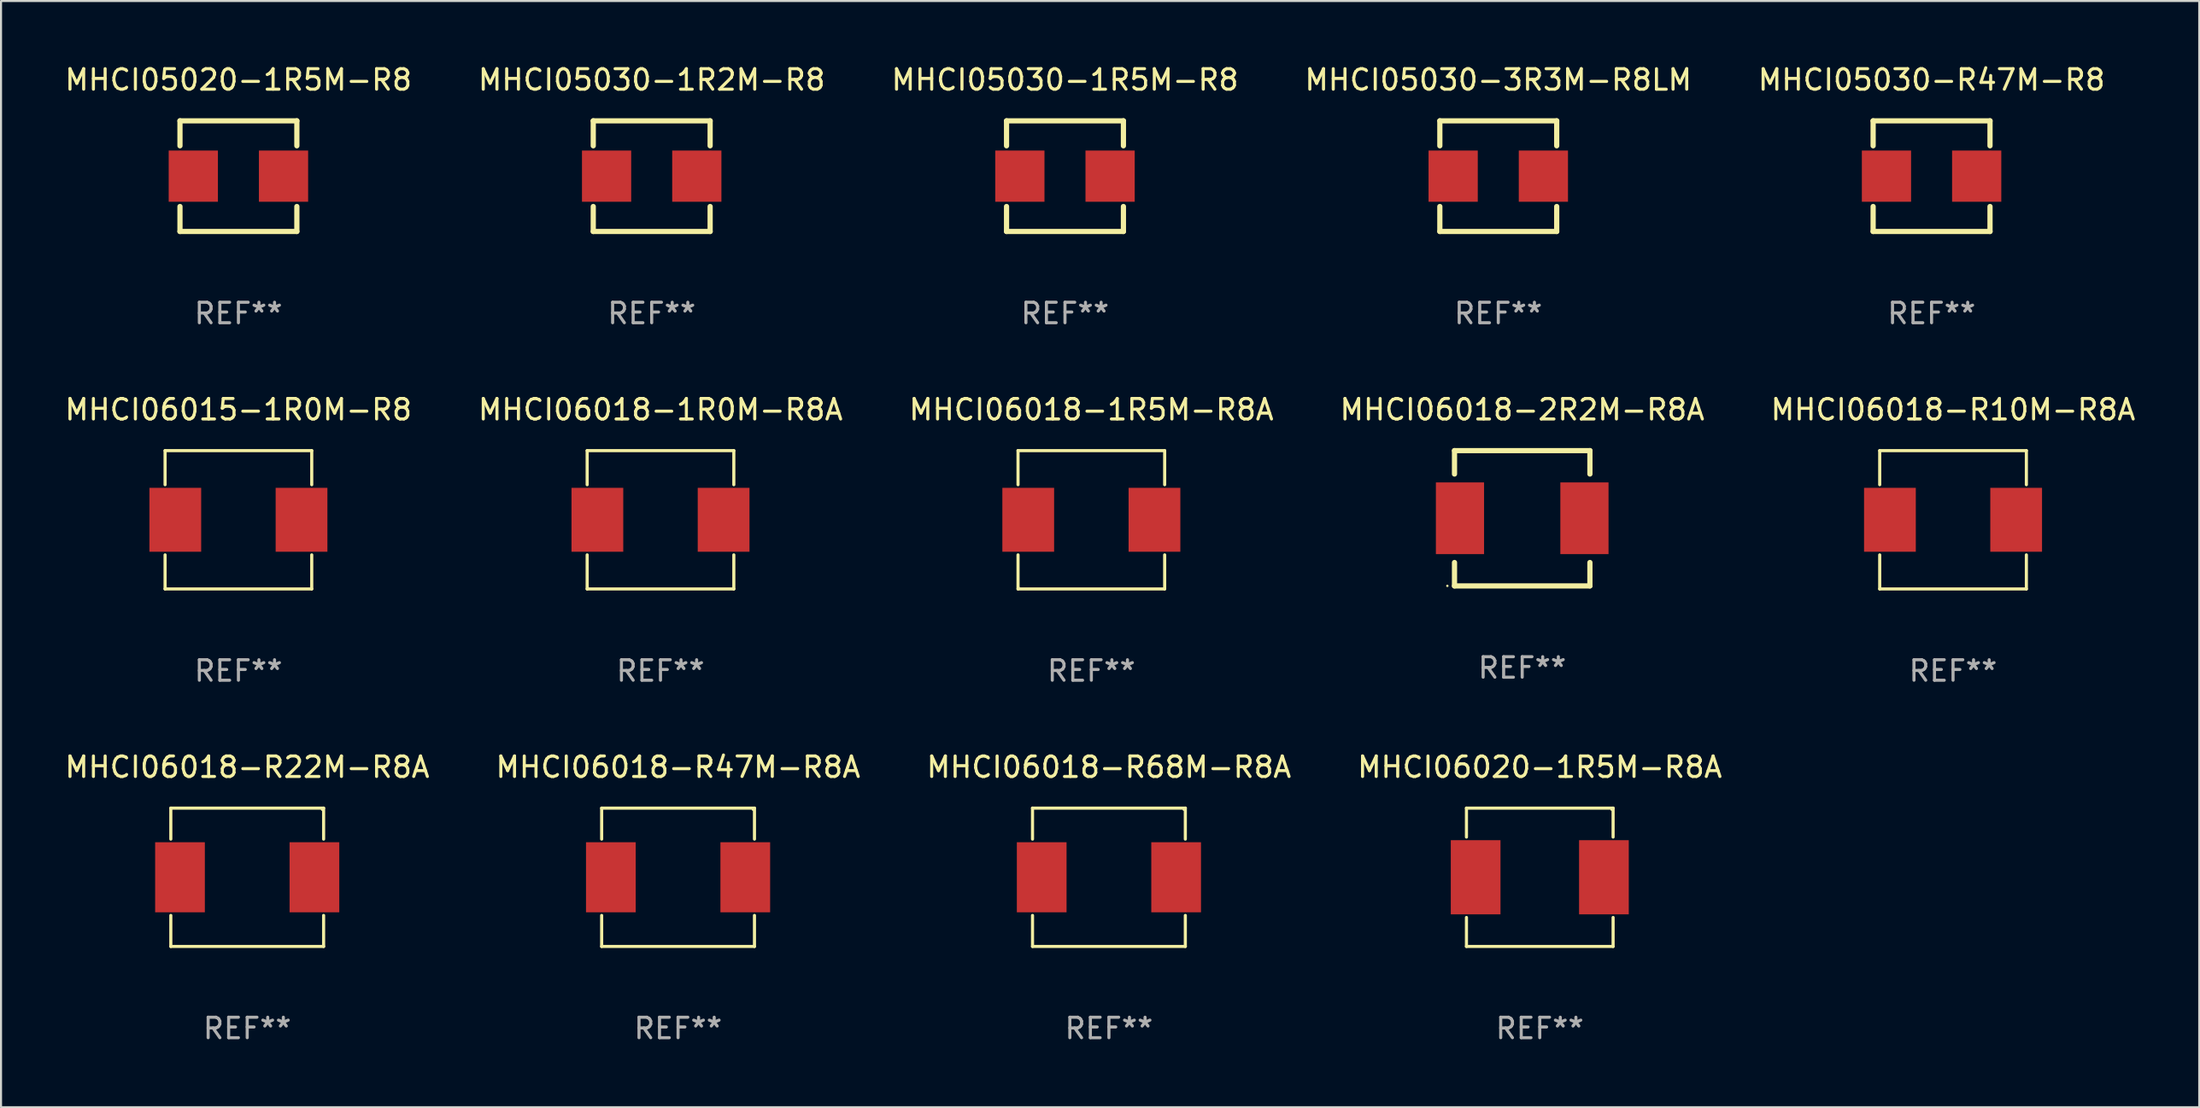
<source format=kicad_pcb>
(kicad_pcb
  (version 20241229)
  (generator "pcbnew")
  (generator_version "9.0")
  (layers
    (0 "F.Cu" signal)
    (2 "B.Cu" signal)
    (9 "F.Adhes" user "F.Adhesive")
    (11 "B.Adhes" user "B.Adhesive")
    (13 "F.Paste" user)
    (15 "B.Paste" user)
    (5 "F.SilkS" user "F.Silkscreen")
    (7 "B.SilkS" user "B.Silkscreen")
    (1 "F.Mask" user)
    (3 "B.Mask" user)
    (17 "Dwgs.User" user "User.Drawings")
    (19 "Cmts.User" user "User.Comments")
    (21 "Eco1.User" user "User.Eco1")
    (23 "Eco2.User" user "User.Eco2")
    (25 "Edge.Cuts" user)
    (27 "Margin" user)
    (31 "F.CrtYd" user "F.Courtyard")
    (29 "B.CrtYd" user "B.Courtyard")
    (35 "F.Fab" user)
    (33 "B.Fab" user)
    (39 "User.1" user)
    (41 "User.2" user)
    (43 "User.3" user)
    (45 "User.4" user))
  (footprint "MHCI05030-1R2M-R8"
    (layer "F.Cu")
    (at 28.732 5.548)
    (property "Reference" "MHCI05030-1R2M-R8" (at 0 -4.7 0) (layer "F.SilkS") (effects (font (size 1 1) (thickness 0.15))))
    (attr through_hole)
    (fp_line (start -2.85 -2.7) (end 2.85 -2.7) (stroke (width 0.254) (type solid)) (layer "F.SilkS"))
    (fp_line (start -2.85 -1.481) (end -2.85 -2.7) (stroke (width 0.254) (type solid)) (layer "F.SilkS"))
    (fp_line (start -2.85 2.7) (end -2.85 1.481) (stroke (width 0.254) (type solid)) (layer "F.SilkS"))
    (fp_line (start 2.85 -1.481) (end 2.85 -2.7) (stroke (width 0.254) (type solid)) (layer "F.SilkS"))
    (fp_line (start 2.85 2.7) (end -2.85 2.7) (stroke (width 0.254) (type solid)) (layer "F.SilkS"))
    (fp_line (start 2.85 2.7) (end 2.85 1.481) (stroke (width 0.254) (type solid)) (layer "F.SilkS"))
    (fp_circle (center -2.85 2.7) (end -2.82 2.7) (stroke (width 0.06) (type solid)) (fill no) (layer "F.SilkS"))
    (fp_text user "REF**" (at 0 6.7 0) (layer "F.Fab") (effects (font (size 1 1) (thickness 0.15))))
    (pad "1" smd rect (at -2.2 0 270) (size 2.5 2.4) (layers "F.Cu" "F.Mask" "F.Paste"))
    (pad "2" smd rect (at 2.2 0 270) (size 2.5 2.4) (layers "F.Cu" "F.Mask" "F.Paste")))
  (footprint "MHCI06018-R68M-R8A"
    (layer "F.Cu")
    (at 51.03 39.77)
    (property "Reference" "MHCI06018-R68M-R8A" (at 0 -5.376 0) (layer "F.SilkS") (effects (font (size 1 1) (thickness 0.15))))
    (attr through_hole)
    (fp_line (start -3.726 -3.376) (end 3.726 -3.376) (stroke (width 0.152) (type solid)) (layer "F.SilkS"))
    (fp_line (start -3.726 -1.862) (end -3.726 -3.376) (stroke (width 0.152) (type solid)) (layer "F.SilkS"))
    (fp_line (start -3.726 1.862) (end -3.726 3.376) (stroke (width 0.152) (type solid)) (layer "F.SilkS"))
    (fp_line (start -3.726 3.376) (end 3.726 3.376) (stroke (width 0.152) (type solid)) (layer "F.SilkS"))
    (fp_line (start 3.726 -3.376) (end 3.726 -1.862) (stroke (width 0.152) (type solid)) (layer "F.SilkS"))
    (fp_line (start 3.726 3.376) (end 3.726 1.862) (stroke (width 0.152) (type solid)) (layer "F.SilkS"))
    (fp_circle (center 3.65 -3.3) (end 3.68 -3.3) (stroke (width 0.06) (type solid)) (fill no) (layer "F.SilkS"))
    (fp_text user "REF**" (at 0 7.376 0) (layer "F.Fab") (effects (font (size 1 1) (thickness 0.15))))
    (pad "1" smd rect (at 3.278 0) (size 2.424 3.42) (layers "F.Cu" "F.Mask" "F.Paste"))
    (pad "2" smd rect (at -3.278 0) (size 2.424 3.42) (layers "F.Cu" "F.Mask" "F.Paste")))
  (footprint "MHCI05020-1R5M-R8"
    (layer "F.Cu")
    (at 8.577 5.548)
    (property "Reference" "MHCI05020-1R5M-R8" (at 0 -4.7 0) (layer "F.SilkS") (effects (font (size 1 1) (thickness 0.15))))
    (attr through_hole)
    (fp_line (start -2.85 -2.7) (end 2.85 -2.7) (stroke (width 0.254) (type solid)) (layer "F.SilkS"))
    (fp_line (start -2.85 -1.481) (end -2.85 -2.7) (stroke (width 0.254) (type solid)) (layer "F.SilkS"))
    (fp_line (start -2.85 2.7) (end -2.85 1.481) (stroke (width 0.254) (type solid)) (layer "F.SilkS"))
    (fp_line (start 2.85 -1.481) (end 2.85 -2.7) (stroke (width 0.254) (type solid)) (layer "F.SilkS"))
    (fp_line (start 2.85 2.7) (end -2.85 2.7) (stroke (width 0.254) (type solid)) (layer "F.SilkS"))
    (fp_line (start 2.85 2.7) (end 2.85 1.481) (stroke (width 0.254) (type solid)) (layer "F.SilkS"))
    (fp_circle (center -2.85 2.7) (end -2.82 2.7) (stroke (width 0.06) (type solid)) (fill no) (layer "F.SilkS"))
    (fp_text user "REF**" (at 0 6.7 0) (layer "F.Fab") (effects (font (size 1 1) (thickness 0.15))))
    (pad "1" smd rect (at -2.2 0 270) (size 2.5 2.4) (layers "F.Cu" "F.Mask" "F.Paste"))
    (pad "2" smd rect (at 2.2 0 270) (size 2.5 2.4) (layers "F.Cu" "F.Mask" "F.Paste")))
  (footprint "MHCI06018-1R5M-R8A"
    (layer "F.Cu")
    (at 50.173 22.321)
    (property "Reference" "MHCI06018-1R5M-R8A" (at 0 -5.376 0) (layer "F.SilkS") (effects (font (size 1 1) (thickness 0.15))))
    (attr through_hole)
    (fp_line (start -3.576 -3.376) (end 3.576 -3.376) (stroke (width 0.152) (type solid)) (layer "F.SilkS"))
    (fp_line (start -3.576 -1.712) (end -3.576 -3.376) (stroke (width 0.152) (type solid)) (layer "F.SilkS"))
    (fp_line (start -3.576 1.712) (end -3.576 3.376) (stroke (width 0.152) (type solid)) (layer "F.SilkS"))
    (fp_line (start -3.576 3.376) (end 3.576 3.376) (stroke (width 0.152) (type solid)) (layer "F.SilkS"))
    (fp_line (start 3.576 -3.376) (end 3.576 -1.712) (stroke (width 0.152) (type solid)) (layer "F.SilkS"))
    (fp_line (start 3.576 3.376) (end 3.576 1.712) (stroke (width 0.152) (type solid)) (layer "F.SilkS"))
    (fp_circle (center -3.552 3.307) (end -3.522 3.307) (stroke (width 0.06) (type solid)) (fill no) (layer "F.SilkS"))
    (fp_text user "REF**" (at 0 7.376 0) (layer "F.Fab") (effects (font (size 1 1) (thickness 0.15))))
    (pad "1" smd rect (at -3.078 0) (size 2.524 3.12) (layers "F.Cu" "F.Mask" "F.Paste"))
    (pad "2" smd rect (at 3.078 0) (size 2.524 3.12) (layers "F.Cu" "F.Mask" "F.Paste")))
  (footprint "MHCI06018-R47M-R8A"
    (layer "F.Cu")
    (at 30.018 39.77)
    (property "Reference" "MHCI06018-R47M-R8A" (at 0 -5.376 0) (layer "F.SilkS") (effects (font (size 1 1) (thickness 0.15))))
    (attr through_hole)
    (fp_line (start -3.726 -3.376) (end 3.726 -3.376) (stroke (width 0.152) (type solid)) (layer "F.SilkS"))
    (fp_line (start -3.726 -1.862) (end -3.726 -3.376) (stroke (width 0.152) (type solid)) (layer "F.SilkS"))
    (fp_line (start -3.726 1.862) (end -3.726 3.376) (stroke (width 0.152) (type solid)) (layer "F.SilkS"))
    (fp_line (start -3.726 3.376) (end 3.726 3.376) (stroke (width 0.152) (type solid)) (layer "F.SilkS"))
    (fp_line (start 3.726 -3.376) (end 3.726 -1.862) (stroke (width 0.152) (type solid)) (layer "F.SilkS"))
    (fp_line (start 3.726 3.376) (end 3.726 1.862) (stroke (width 0.152) (type solid)) (layer "F.SilkS"))
    (fp_circle (center 3.65 -3.3) (end 3.68 -3.3) (stroke (width 0.06) (type solid)) (fill no) (layer "F.SilkS"))
    (fp_text user "REF**" (at 0 7.376 0) (layer "F.Fab") (effects (font (size 1 1) (thickness 0.15))))
    (pad "1" smd rect (at 3.278 0) (size 2.424 3.42) (layers "F.Cu" "F.Mask" "F.Paste"))
    (pad "2" smd rect (at -3.278 0) (size 2.424 3.42) (layers "F.Cu" "F.Mask" "F.Paste")))
  (footprint "MHCI06018-R10M-R8A"
    (layer "F.Cu")
    (at 92.196 22.321)
    (property "Reference" "MHCI06018-R10M-R8A" (at 0 -5.376 0) (layer "F.SilkS") (effects (font (size 1 1) (thickness 0.15))))
    (attr through_hole)
    (fp_line (start -3.576 -3.376) (end 3.576 -3.376) (stroke (width 0.152) (type solid)) (layer "F.SilkS"))
    (fp_line (start -3.576 -1.712) (end -3.576 -3.376) (stroke (width 0.152) (type solid)) (layer "F.SilkS"))
    (fp_line (start -3.576 1.712) (end -3.576 3.376) (stroke (width 0.152) (type solid)) (layer "F.SilkS"))
    (fp_line (start -3.576 3.376) (end 3.576 3.376) (stroke (width 0.152) (type solid)) (layer "F.SilkS"))
    (fp_line (start 3.576 -3.376) (end 3.576 -1.712) (stroke (width 0.152) (type solid)) (layer "F.SilkS"))
    (fp_line (start 3.576 3.376) (end 3.576 1.712) (stroke (width 0.152) (type solid)) (layer "F.SilkS"))
    (fp_circle (center -3.552 3.307) (end -3.522 3.307) (stroke (width 0.06) (type solid)) (fill no) (layer "F.SilkS"))
    (fp_text user "REF**" (at 0 7.376 0) (layer "F.Fab") (effects (font (size 1 1) (thickness 0.15))))
    (pad "1" smd rect (at -3.078 0) (size 2.524 3.12) (layers "F.Cu" "F.Mask" "F.Paste"))
    (pad "2" smd rect (at 3.078 0) (size 2.524 3.12) (layers "F.Cu" "F.Mask" "F.Paste")))
  (footprint "MHCI06020-1R5M-R8A"
    (layer "F.Cu")
    (at 72.042 39.77)
    (property "Reference" "MHCI06020-1R5M-R8A" (at 0 -5.376 0) (layer "F.SilkS") (effects (font (size 1 1) (thickness 0.15))))
    (attr through_hole)
    (fp_line (start -3.576 -3.376) (end 3.576 -3.376) (stroke (width 0.152) (type solid)) (layer "F.SilkS"))
    (fp_line (start -3.576 -1.962) (end -3.576 -3.376) (stroke (width 0.152) (type solid)) (layer "F.SilkS"))
    (fp_line (start -3.576 1.962) (end -3.576 3.376) (stroke (width 0.152) (type solid)) (layer "F.SilkS"))
    (fp_line (start -3.576 3.376) (end 3.576 3.376) (stroke (width 0.152) (type solid)) (layer "F.SilkS"))
    (fp_line (start 3.576 -3.376) (end 3.576 -1.962) (stroke (width 0.152) (type solid)) (layer "F.SilkS"))
    (fp_line (start 3.576 3.376) (end 3.576 1.962) (stroke (width 0.152) (type solid)) (layer "F.SilkS"))
    (fp_circle (center 3.5 -3.3) (end 3.53 -3.3) (stroke (width 0.06) (type solid)) (fill no) (layer "F.SilkS"))
    (fp_text user "REF**" (at 0 7.376 0) (layer "F.Fab") (effects (font (size 1 1) (thickness 0.15))))
    (pad "1" smd rect (at 3.128 0) (size 2.424 3.62) (layers "F.Cu" "F.Mask" "F.Paste"))
    (pad "2" smd rect (at -3.128 0) (size 2.424 3.62) (layers "F.Cu" "F.Mask" "F.Paste")))
  (footprint "MHCI06015-1R0M-R8"
    (layer "F.Cu")
    (at 8.577 22.321)
    (property "Reference" "MHCI06015-1R0M-R8" (at 0 -5.376 0) (layer "F.SilkS") (effects (font (size 1 1) (thickness 0.15))))
    (attr through_hole)
    (fp_line (start -3.576 -3.376) (end 3.576 -3.376) (stroke (width 0.152) (type solid)) (layer "F.SilkS"))
    (fp_line (start -3.576 -1.712) (end -3.576 -3.376) (stroke (width 0.152) (type solid)) (layer "F.SilkS"))
    (fp_line (start -3.576 1.712) (end -3.576 3.376) (stroke (width 0.152) (type solid)) (layer "F.SilkS"))
    (fp_line (start -3.576 3.376) (end 3.576 3.376) (stroke (width 0.152) (type solid)) (layer "F.SilkS"))
    (fp_line (start 3.576 -3.376) (end 3.576 -1.712) (stroke (width 0.152) (type solid)) (layer "F.SilkS"))
    (fp_line (start 3.576 3.376) (end 3.576 1.712) (stroke (width 0.152) (type solid)) (layer "F.SilkS"))
    (fp_circle (center -3.552 3.307) (end -3.522 3.307) (stroke (width 0.06) (type solid)) (fill no) (layer "F.SilkS"))
    (fp_text user "REF**" (at 0 7.376 0) (layer "F.Fab") (effects (font (size 1 1) (thickness 0.15))))
    (pad "1" smd rect (at -3.078 0) (size 2.524 3.12) (layers "F.Cu" "F.Mask" "F.Paste"))
    (pad "2" smd rect (at 3.078 0) (size 2.524 3.12) (layers "F.Cu" "F.Mask" "F.Paste")))
  (footprint "MHCI05030-1R5M-R8"
    (layer "F.Cu")
    (at 48.887 5.548)
    (property "Reference" "MHCI05030-1R5M-R8" (at 0 -4.7 0) (layer "F.SilkS") (effects (font (size 1 1) (thickness 0.15))))
    (attr through_hole)
    (fp_line (start -2.85 -2.7) (end 2.85 -2.7) (stroke (width 0.254) (type solid)) (layer "F.SilkS"))
    (fp_line (start -2.85 -1.481) (end -2.85 -2.7) (stroke (width 0.254) (type solid)) (layer "F.SilkS"))
    (fp_line (start -2.85 2.7) (end -2.85 1.481) (stroke (width 0.254) (type solid)) (layer "F.SilkS"))
    (fp_line (start 2.85 -1.481) (end 2.85 -2.7) (stroke (width 0.254) (type solid)) (layer "F.SilkS"))
    (fp_line (start 2.85 2.7) (end -2.85 2.7) (stroke (width 0.254) (type solid)) (layer "F.SilkS"))
    (fp_line (start 2.85 2.7) (end 2.85 1.481) (stroke (width 0.254) (type solid)) (layer "F.SilkS"))
    (fp_circle (center -2.85 2.7) (end -2.82 2.7) (stroke (width 0.06) (type solid)) (fill no) (layer "F.SilkS"))
    (fp_text user "REF**" (at 0 6.7 0) (layer "F.Fab") (effects (font (size 1 1) (thickness 0.15))))
    (pad "1" smd rect (at -2.2 0 270) (size 2.5 2.4) (layers "F.Cu" "F.Mask" "F.Paste"))
    (pad "2" smd rect (at 2.2 0 270) (size 2.5 2.4) (layers "F.Cu" "F.Mask" "F.Paste")))
  (footprint "MHCI06018-1R0M-R8A"
    (layer "F.Cu")
    (at 29.161 22.321)
    (property "Reference" "MHCI06018-1R0M-R8A" (at 0 -5.376 0) (layer "F.SilkS") (effects (font (size 1 1) (thickness 0.15))))
    (attr through_hole)
    (fp_line (start -3.576 -3.376) (end 3.576 -3.376) (stroke (width 0.152) (type solid)) (layer "F.SilkS"))
    (fp_line (start -3.576 -1.712) (end -3.576 -3.376) (stroke (width 0.152) (type solid)) (layer "F.SilkS"))
    (fp_line (start -3.576 1.712) (end -3.576 3.376) (stroke (width 0.152) (type solid)) (layer "F.SilkS"))
    (fp_line (start -3.576 3.376) (end 3.576 3.376) (stroke (width 0.152) (type solid)) (layer "F.SilkS"))
    (fp_line (start 3.576 -3.376) (end 3.576 -1.712) (stroke (width 0.152) (type solid)) (layer "F.SilkS"))
    (fp_line (start 3.576 3.376) (end 3.576 1.712) (stroke (width 0.152) (type solid)) (layer "F.SilkS"))
    (fp_circle (center -3.552 3.307) (end -3.522 3.307) (stroke (width 0.06) (type solid)) (fill no) (layer "F.SilkS"))
    (fp_text user "REF**" (at 0 7.376 0) (layer "F.Fab") (effects (font (size 1 1) (thickness 0.15))))
    (pad "1" smd rect (at -3.078 0) (size 2.524 3.12) (layers "F.Cu" "F.Mask" "F.Paste"))
    (pad "2" smd rect (at 3.078 0) (size 2.524 3.12) (layers "F.Cu" "F.Mask" "F.Paste")))
  (footprint "MHCI05030-R47M-R8"
    (layer "F.Cu")
    (at 91.149 5.548)
    (property "Reference" "MHCI05030-R47M-R8" (at 0 -4.7 0) (layer "F.SilkS") (effects (font (size 1 1) (thickness 0.15))))
    (attr through_hole)
    (fp_line (start -2.85 -2.7) (end 2.85 -2.7) (stroke (width 0.254) (type solid)) (layer "F.SilkS"))
    (fp_line (start -2.85 -1.481) (end -2.85 -2.7) (stroke (width 0.254) (type solid)) (layer "F.SilkS"))
    (fp_line (start -2.85 2.7) (end -2.85 1.481) (stroke (width 0.254) (type solid)) (layer "F.SilkS"))
    (fp_line (start 2.85 -1.481) (end 2.85 -2.7) (stroke (width 0.254) (type solid)) (layer "F.SilkS"))
    (fp_line (start 2.85 2.7) (end -2.85 2.7) (stroke (width 0.254) (type solid)) (layer "F.SilkS"))
    (fp_line (start 2.85 2.7) (end 2.85 1.481) (stroke (width 0.254) (type solid)) (layer "F.SilkS"))
    (fp_circle (center -2.85 2.7) (end -2.82 2.7) (stroke (width 0.06) (type solid)) (fill no) (layer "F.SilkS"))
    (fp_text user "REF**" (at 0 6.7 0) (layer "F.Fab") (effects (font (size 1 1) (thickness 0.15))))
    (pad "1" smd rect (at -2.2 0 270) (size 2.5 2.4) (layers "F.Cu" "F.Mask" "F.Paste"))
    (pad "2" smd rect (at 2.2 0 270) (size 2.5 2.4) (layers "F.Cu" "F.Mask" "F.Paste")))
  (footprint "MHCI06018-2R2M-R8A"
    (layer "F.Cu")
    (at 71.185 22.247)
    (property "Reference" "MHCI06018-2R2M-R8A" (at 0 -5.302 0) (layer "F.SilkS") (effects (font (size 1 1) (thickness 0.15))))
    (attr through_hole)
    (fp_line (start -3.302 3.302) (end -3.302 2.159) (stroke (width 0.254) (type solid)) (layer "F.SilkS"))
    (fp_line (start -3.302 -3.302) (end 3.302 -3.302) (stroke (width 0.254) (type solid)) (layer "F.SilkS"))
    (fp_line (start -3.302 -2.159) (end -3.302 -3.302) (stroke (width 0.254) (type solid)) (layer "F.SilkS"))
    (fp_line (start 3.302 2.159) (end 3.302 3.302) (stroke (width 0.254) (type solid)) (layer "F.SilkS"))
    (fp_line (start 3.302 3.302) (end -3.302 3.302) (stroke (width 0.254) (type solid)) (layer "F.SilkS"))
    (fp_line (start 3.302 -3.302) (end 3.302 -2.159) (stroke (width 0.254) (type solid)) (layer "F.SilkS"))
    (fp_circle (center -3.65 3.3) (end -3.62 3.3) (stroke (width 0.06) (type solid)) (fill no) (layer "F.SilkS"))
    (fp_text user "REF**" (at 0 7.302 0) (layer "F.Fab") (effects (font (size 1 1) (thickness 0.15))))
    (pad "1" smd rect (at -3.035 0) (size 2.35 3.5) (layers "F.Cu" "F.Mask" "F.Paste"))
    (pad "2" smd rect (at 3.035 0) (size 2.35 3.5) (layers "F.Cu" "F.Mask" "F.Paste")))
  (footprint "MHCI05030-3R3M-R8LM"
    (layer "F.Cu")
    (at 70.018 5.548)
    (property "Reference" "MHCI05030-3R3M-R8LM" (at 0 -4.7 0) (layer "F.SilkS") (effects (font (size 1 1) (thickness 0.15))))
    (attr through_hole)
    (fp_line (start -2.85 -2.7) (end 2.85 -2.7) (stroke (width 0.254) (type solid)) (layer "F.SilkS"))
    (fp_line (start -2.85 -1.481) (end -2.85 -2.7) (stroke (width 0.254) (type solid)) (layer "F.SilkS"))
    (fp_line (start -2.85 2.7) (end -2.85 1.481) (stroke (width 0.254) (type solid)) (layer "F.SilkS"))
    (fp_line (start 2.85 -1.481) (end 2.85 -2.7) (stroke (width 0.254) (type solid)) (layer "F.SilkS"))
    (fp_line (start 2.85 2.7) (end -2.85 2.7) (stroke (width 0.254) (type solid)) (layer "F.SilkS"))
    (fp_line (start 2.85 2.7) (end 2.85 1.481) (stroke (width 0.254) (type solid)) (layer "F.SilkS"))
    (fp_circle (center -2.85 2.7) (end -2.82 2.7) (stroke (width 0.06) (type solid)) (fill no) (layer "F.SilkS"))
    (fp_text user "REF**" (at 0 6.7 0) (layer "F.Fab") (effects (font (size 1 1) (thickness 0.15))))
    (pad "1" smd rect (at -2.2 0 270) (size 2.5 2.4) (layers "F.Cu" "F.Mask" "F.Paste"))
    (pad "2" smd rect (at 2.2 0 270) (size 2.5 2.4) (layers "F.Cu" "F.Mask" "F.Paste")))
  (footprint "MHCI06018-R22M-R8A"
    (layer "F.Cu")
    (at 9.006 39.77)
    (property "Reference" "MHCI06018-R22M-R8A" (at 0 -5.376 0) (layer "F.SilkS") (effects (font (size 1 1) (thickness 0.15))))
    (attr through_hole)
    (fp_line (start -3.726 -3.376) (end 3.726 -3.376) (stroke (width 0.152) (type solid)) (layer "F.SilkS"))
    (fp_line (start -3.726 -1.862) (end -3.726 -3.376) (stroke (width 0.152) (type solid)) (layer "F.SilkS"))
    (fp_line (start -3.726 1.862) (end -3.726 3.376) (stroke (width 0.152) (type solid)) (layer "F.SilkS"))
    (fp_line (start -3.726 3.376) (end 3.726 3.376) (stroke (width 0.152) (type solid)) (layer "F.SilkS"))
    (fp_line (start 3.726 -3.376) (end 3.726 -1.862) (stroke (width 0.152) (type solid)) (layer "F.SilkS"))
    (fp_line (start 3.726 3.376) (end 3.726 1.862) (stroke (width 0.152) (type solid)) (layer "F.SilkS"))
    (fp_circle (center 3.65 -3.3) (end 3.68 -3.3) (stroke (width 0.06) (type solid)) (fill no) (layer "F.SilkS"))
    (fp_text user "REF**" (at 0 7.376 0) (layer "F.Fab") (effects (font (size 1 1) (thickness 0.15))))
    (pad "1" smd rect (at 3.278 0) (size 2.424 3.42) (layers "F.Cu" "F.Mask" "F.Paste"))
    (pad "2" smd rect (at -3.278 0) (size 2.424 3.42) (layers "F.Cu" "F.Mask" "F.Paste")))
  (gr_rect
    (start -3 -3)
    (end 104.202 50.994)
    (stroke (width 0.1) (type default))
    (fill no)
    (layer "Edge.Cuts")))
</source>
